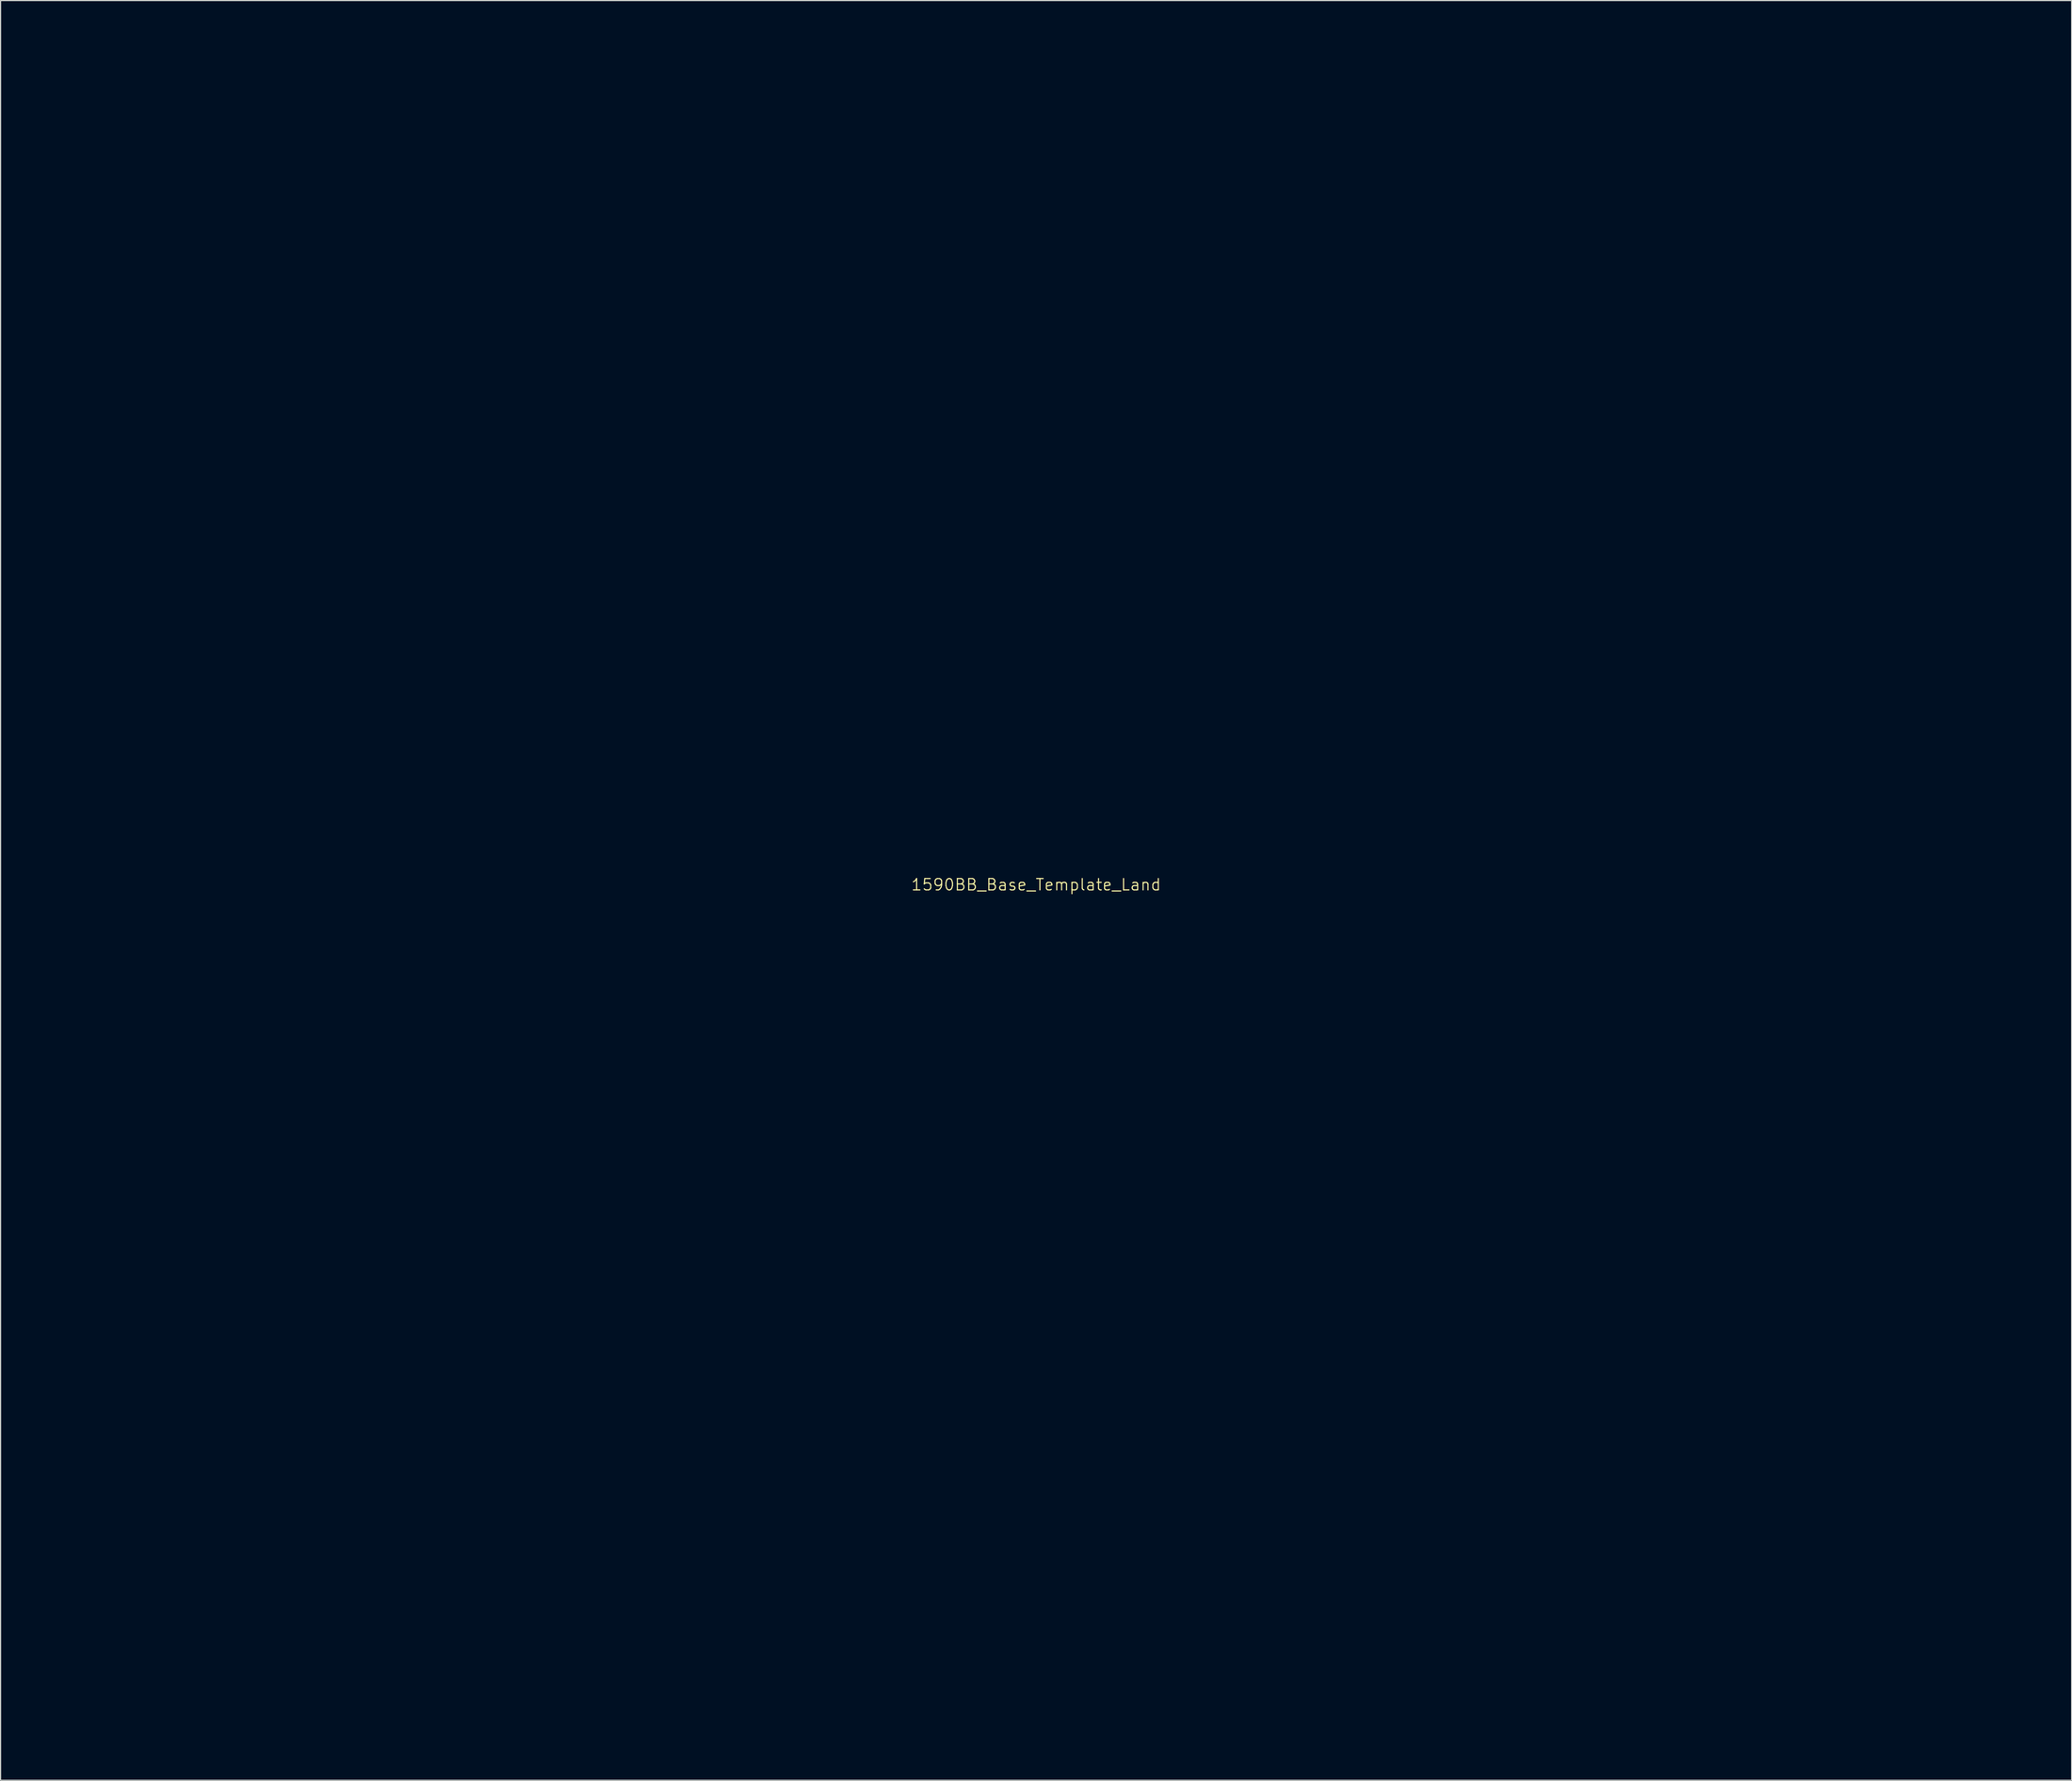
<source format=kicad_pcb>
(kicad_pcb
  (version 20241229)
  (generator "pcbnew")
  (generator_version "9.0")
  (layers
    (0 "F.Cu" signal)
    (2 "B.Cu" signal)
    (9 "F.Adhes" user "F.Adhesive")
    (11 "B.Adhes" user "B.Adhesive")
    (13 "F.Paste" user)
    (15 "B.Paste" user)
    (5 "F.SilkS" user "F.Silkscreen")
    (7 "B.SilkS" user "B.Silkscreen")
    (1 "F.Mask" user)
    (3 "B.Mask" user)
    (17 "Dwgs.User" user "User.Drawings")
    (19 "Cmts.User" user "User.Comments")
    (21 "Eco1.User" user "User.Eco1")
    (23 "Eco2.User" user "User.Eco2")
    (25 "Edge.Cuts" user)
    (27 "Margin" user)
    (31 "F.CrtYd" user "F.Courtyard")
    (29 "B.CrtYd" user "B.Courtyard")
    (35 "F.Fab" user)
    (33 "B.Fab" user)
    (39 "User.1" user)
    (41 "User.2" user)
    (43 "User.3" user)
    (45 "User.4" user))
  (footprint "1590BB_Base_Template_Land"
    (layer "F.Cu")
    (at 87.802 75.054)
    (property "Reference" "1590BB_Base_Template_Land" (at 0 -0.5 0) (unlocked yes) (layer "F.SilkS") (effects (font (size 1 1) (thickness 0.1))))
    (attr smd)
    (fp_line (start -87.757 44.572) (end -87.757 -44.569) (stroke (width 0.09) (type default)) (layer "User.4"))
    (fp_line (start -86.142 -46.157) (end -58.293 -45.715) (stroke (width 0.09) (type default)) (layer "User.4"))
    (fp_line (start -58.839 73.436) (end -58.445 45.595) (stroke (width 0.09) (type default)) (layer "User.4"))
    (fp_line (start -58.445 -45.591) (end -58.839 -73.433) (stroke (width 0.09) (type default)) (layer "User.4"))
    (fp_line (start -58.445 45.595) (end 58.293 45.595) (stroke (width 0.09) (type default)) (layer "User.4"))
    (fp_line (start -58.293 -45.715) (end -58.293 45.671) (stroke (width 0.09) (type default)) (layer "User.4"))
    (fp_line (start -58.293 45.671) (end -86.142 46.159) (stroke (width 0.09) (type default)) (layer "User.4"))
    (fp_line (start -58.293 44.01) (end -58.293 -44.006) (stroke (width 0.09) (type default)) (layer "User.4"))
    (fp_line (start -57.251 -75.009) (end 57.252 -75.009) (stroke (width 0.09) (type default)) (layer "User.4"))
    (fp_line (start -56.71 -45.591) (end 56.71 -45.591) (stroke (width 0.09) (type default)) (layer "User.4"))
    (fp_line (start -29.683 -65.334) (end -29.208 -65.334) (stroke (width 0.09) (type default)) (layer "User.4"))
    (fp_line (start -0.503 0.001) (end 0.503 0.001) (stroke (width 0.09) (type solid)) (layer "User.4"))
    (fp_line (start 0 -0.501) (end 0 0.5) (stroke (width 0.09) (type default)) (layer "User.4"))
    (fp_line (start 28.737 -65.331) (end 29.212 -65.331) (stroke (width 0.09) (type default)) (layer "User.4"))
    (fp_line (start 56.71 45.595) (end -56.71 45.595) (stroke (width 0.09) (type default)) (layer "User.4"))
    (fp_line (start 57.252 75.012) (end -57.251 75.012) (stroke (width 0.09) (type default)) (layer "User.4"))
    (fp_line (start 58.293 -45.668) (end 86.143 -46.157) (stroke (width 0.09) (type default)) (layer "User.4"))
    (fp_line (start 58.293 -44.006) (end 58.293 44.01) (stroke (width 0.09) (type default)) (layer "User.4"))
    (fp_line (start 58.293 45.595) (end 58.293 -45.668) (stroke (width 0.09) (type default)) (layer "User.4"))
    (fp_line (start 58.446 -45.591) (end -58.445 -45.591) (stroke (width 0.09) (type default)) (layer "User.4"))
    (fp_line (start 58.446 45.595) (end 58.839 73.436) (stroke (width 0.09) (type default)) (layer "User.4"))
    (fp_line (start 58.839 -73.433) (end 58.446 -45.591) (stroke (width 0.09) (type default)) (layer "User.4"))
    (fp_line (start 86.143 46.159) (end 58.293 45.718) (stroke (width 0.09) (type default)) (layer "User.4"))
    (fp_line (start 87.757 -44.569) (end 87.757 44.572) (stroke (width 0.09) (type default)) (layer "User.4"))
    (fp_circle (center -29.208 -65.334) (end -24.446 -65.334) (stroke (width 0.09) (type default)) (fill no) (layer "User.4"))
    (fp_circle (center 29.212 -65.331) (end 33.974 -65.331) (stroke (width 0.09) (type default)) (fill no) (layer "User.4"))
    (fp_curve (pts (xy -87.757 -44.569) (xy -87.757 -45.446) (xy -87.034 -46.157) (xy -86.142 -46.157)) (stroke (width 0.09) (type default)) (layer "User.4"))
    (fp_curve (pts (xy -86.142 46.159) (xy -87.034 46.159) (xy -87.757 45.449) (xy -87.757 44.572)) (stroke (width 0.09) (type default)) (layer "User.4"))
    (fp_curve (pts (xy -58.839 -73.433) (xy -58.839 -74.304) (xy -58.128 -75.009) (xy -57.251 -75.009)) (stroke (width 0.09) (type default)) (layer "User.4"))
    (fp_curve (pts (xy -58.293 -44.006) (xy -58.293 -44.882) (xy -57.584 -45.591) (xy -56.71 -45.591)) (stroke (width 0.09) (type default)) (layer "User.4"))
    (fp_curve (pts (xy -57.251 75.012) (xy -58.128 75.012) (xy -58.839 74.306) (xy -58.839 73.436)) (stroke (width 0.09) (type default)) (layer "User.4"))
    (fp_curve (pts (xy -56.71 45.595) (xy -57.584 45.595) (xy -58.293 44.885) (xy -58.293 44.01)) (stroke (width 0.09) (type default)) (layer "User.4"))
    (fp_curve (pts (xy -38.895 30.933) (xy -39.422 34.179) (xy -37.218 37.237) (xy -33.972 37.764)) (stroke (width 0.09) (type default)) (layer "User.4"))
    (fp_curve (pts (xy -33.972 37.764) (xy -30.726 38.291) (xy -27.668 36.087) (xy -27.141 32.841)) (stroke (width 0.09) (type default)) (layer "User.4"))
    (fp_curve (pts (xy -33.414 31.887) (xy -33.414 31.669) (xy -33.237 31.492) (xy -33.018 31.492)) (stroke (width 0.09) (type default)) (layer "User.4"))
    (fp_curve (pts (xy -33.018 31.492) (xy -32.8 31.492) (xy -32.623 31.669) (xy -32.623 31.887)) (stroke (width 0.09) (type default)) (layer "User.4"))
    (fp_curve (pts (xy -33.018 32.283) (xy -33.237 32.283) (xy -33.414 32.106) (xy -33.414 31.887)) (stroke (width 0.09) (type default)) (layer "User.4"))
    (fp_curve (pts (xy -32.623 31.887) (xy -32.623 32.106) (xy -32.8 32.283) (xy -33.018 32.283)) (stroke (width 0.09) (type default)) (layer "User.4"))
    (fp_curve (pts (xy -32.065 26.01) (xy -35.31 25.484) (xy -38.369 27.688) (xy -38.895 30.933)) (stroke (width 0.09) (type default)) (layer "User.4"))
    (fp_curve (pts (xy -29.683 -65.334) (xy -29.683 -65.596) (xy -29.471 -65.809) (xy -29.208 -65.809)) (stroke (width 0.09) (type default)) (layer "User.4"))
    (fp_curve (pts (xy -29.208 -65.809) (xy -28.946 -65.809) (xy -28.733 -65.596) (xy -28.733 -65.334)) (stroke (width 0.09) (type default)) (layer "User.4"))
    (fp_curve (pts (xy -29.208 -64.859) (xy -29.471 -64.859) (xy -29.683 -65.071) (xy -29.683 -65.334)) (stroke (width 0.09) (type default)) (layer "User.4"))
    (fp_curve (pts (xy -28.733 -65.334) (xy -28.733 -65.071) (xy -28.946 -64.859) (xy -29.208 -64.859)) (stroke (width 0.09) (type default)) (layer "User.4"))
    (fp_curve (pts (xy -27.141 32.841) (xy -26.615 29.595) (xy -28.819 26.537) (xy -32.065 26.01)) (stroke (width 0.09) (type default)) (layer "User.4"))
    (fp_curve (pts (xy -3.968 -63.498) (xy -3.968 -65.689) (xy -2.19 -67.467) (xy 0.000211 -67.467)) (stroke (width 0.09) (type default)) (layer "User.4"))
    (fp_curve (pts (xy -0.396 -63.498) (xy -0.396 -63.717) (xy -0.218 -63.895) (xy 0.000211 -63.895)) (stroke (width 0.09) (type default)) (layer "User.4"))
    (fp_curve (pts (xy 0.000211 -67.467) (xy 2.191 -67.467) (xy 3.969 -65.689) (xy 3.969 -63.498)) (stroke (width 0.09) (type default)) (layer "User.4"))
    (fp_curve (pts (xy 0.000211 -63.895) (xy 0.219 -63.895) (xy 0.396 -63.717) (xy 0.396 -63.498)) (stroke (width 0.09) (type default)) (layer "User.4"))
    (fp_curve (pts (xy 0.000211 -63.102) (xy -0.218 -63.102) (xy -0.396 -63.28) (xy -0.396 -63.498)) (stroke (width 0.09) (type default)) (layer "User.4"))
    (fp_curve (pts (xy 0.000211 -59.529) (xy -2.19 -59.529) (xy -3.968 -61.308) (xy -3.968 -63.498)) (stroke (width 0.09) (type default)) (layer "User.4"))
    (fp_curve (pts (xy 0.396 -63.498) (xy 0.396 -63.28) (xy 0.219 -63.102) (xy 0.000211 -63.102)) (stroke (width 0.09) (type default)) (layer "User.4"))
    (fp_curve (pts (xy 3.969 -63.498) (xy 3.969 -61.308) (xy 2.191 -59.529) (xy 0.000211 -59.529)) (stroke (width 0.09) (type default)) (layer "User.4"))
    (fp_curve (pts (xy 27.521 29.609) (xy 26.263 32.647) (xy 27.706 36.129) (xy 30.743 37.388)) (stroke (width 0.09) (type default)) (layer "User.4"))
    (fp_curve (pts (xy 28.737 -65.331) (xy 28.737 -65.593) (xy 28.949 -65.806) (xy 29.212 -65.806)) (stroke (width 0.09) (type default)) (layer "User.4"))
    (fp_curve (pts (xy 29.212 -65.806) (xy 29.474 -65.806) (xy 29.687 -65.593) (xy 29.687 -65.331)) (stroke (width 0.09) (type default)) (layer "User.4"))
    (fp_curve (pts (xy 29.212 -64.856) (xy 28.949 -64.856) (xy 28.737 -65.069) (xy 28.737 -65.331)) (stroke (width 0.09) (type default)) (layer "User.4"))
    (fp_curve (pts (xy 29.687 -65.331) (xy 29.687 -65.069) (xy 29.474 -64.856) (xy 29.212 -64.856)) (stroke (width 0.09) (type default)) (layer "User.4"))
    (fp_curve (pts (xy 30.743 37.388) (xy 33.781 38.646) (xy 37.264 37.203) (xy 38.522 34.166)) (stroke (width 0.09) (type default)) (layer "User.4"))
    (fp_curve (pts (xy 32.626 31.887) (xy 32.626 31.669) (xy 32.803 31.492) (xy 33.022 31.492)) (stroke (width 0.09) (type default)) (layer "User.4"))
    (fp_curve (pts (xy 33.022 31.492) (xy 33.24 31.492) (xy 33.417 31.669) (xy 33.417 31.887)) (stroke (width 0.09) (type default)) (layer "User.4"))
    (fp_curve (pts (xy 33.022 32.283) (xy 32.803 32.283) (xy 32.626 32.106) (xy 32.626 31.887)) (stroke (width 0.09) (type default)) (layer "User.4"))
    (fp_curve (pts (xy 33.417 31.887) (xy 33.417 32.106) (xy 33.24 32.283) (xy 33.022 32.283)) (stroke (width 0.09) (type default)) (layer "User.4"))
    (fp_curve (pts (xy 35.3 26.387) (xy 32.262 25.128) (xy 28.78 26.571) (xy 27.521 29.609)) (stroke (width 0.09) (type default)) (layer "User.4"))
    (fp_curve (pts (xy 38.522 34.166) (xy 39.781 31.128) (xy 38.338 27.645) (xy 35.3 26.387)) (stroke (width 0.09) (type default)) (layer "User.4"))
    (fp_curve (pts (xy 56.71 -45.591) (xy 57.585 -45.591) (xy 58.293 -44.882) (xy 58.293 -44.006)) (stroke (width 0.09) (type default)) (layer "User.4"))
    (fp_curve (pts (xy 57.252 -75.009) (xy 58.129 -75.009) (xy 58.839 -74.304) (xy 58.839 -73.433)) (stroke (width 0.09) (type default)) (layer "User.4"))
    (fp_curve (pts (xy 58.293 44.01) (xy 58.293 44.885) (xy 57.585 45.595) (xy 56.71 45.595)) (stroke (width 0.09) (type default)) (layer "User.4"))
    (fp_curve (pts (xy 58.839 73.436) (xy 58.839 74.306) (xy 58.128 75.012) (xy 57.252 75.012)) (stroke (width 0.09) (type default)) (layer "User.4"))
    (fp_curve (pts (xy 86.143 -46.157) (xy 87.034 -46.157) (xy 87.757 -45.446) (xy 87.757 -44.569)) (stroke (width 0.09) (type default)) (layer "User.4"))
    (fp_curve (pts (xy 87.757 44.572) (xy 87.757 45.449) (xy 87.034 46.159) (xy 86.143 46.159)) (stroke (width 0.09) (type default)) (layer "User.4")))
  (gr_rect
    (start -3 -3)
    (end 178.604 153.111)
    (stroke (width 0.1) (type default))
    (fill no)
    (layer "Edge.Cuts")))
</source>
